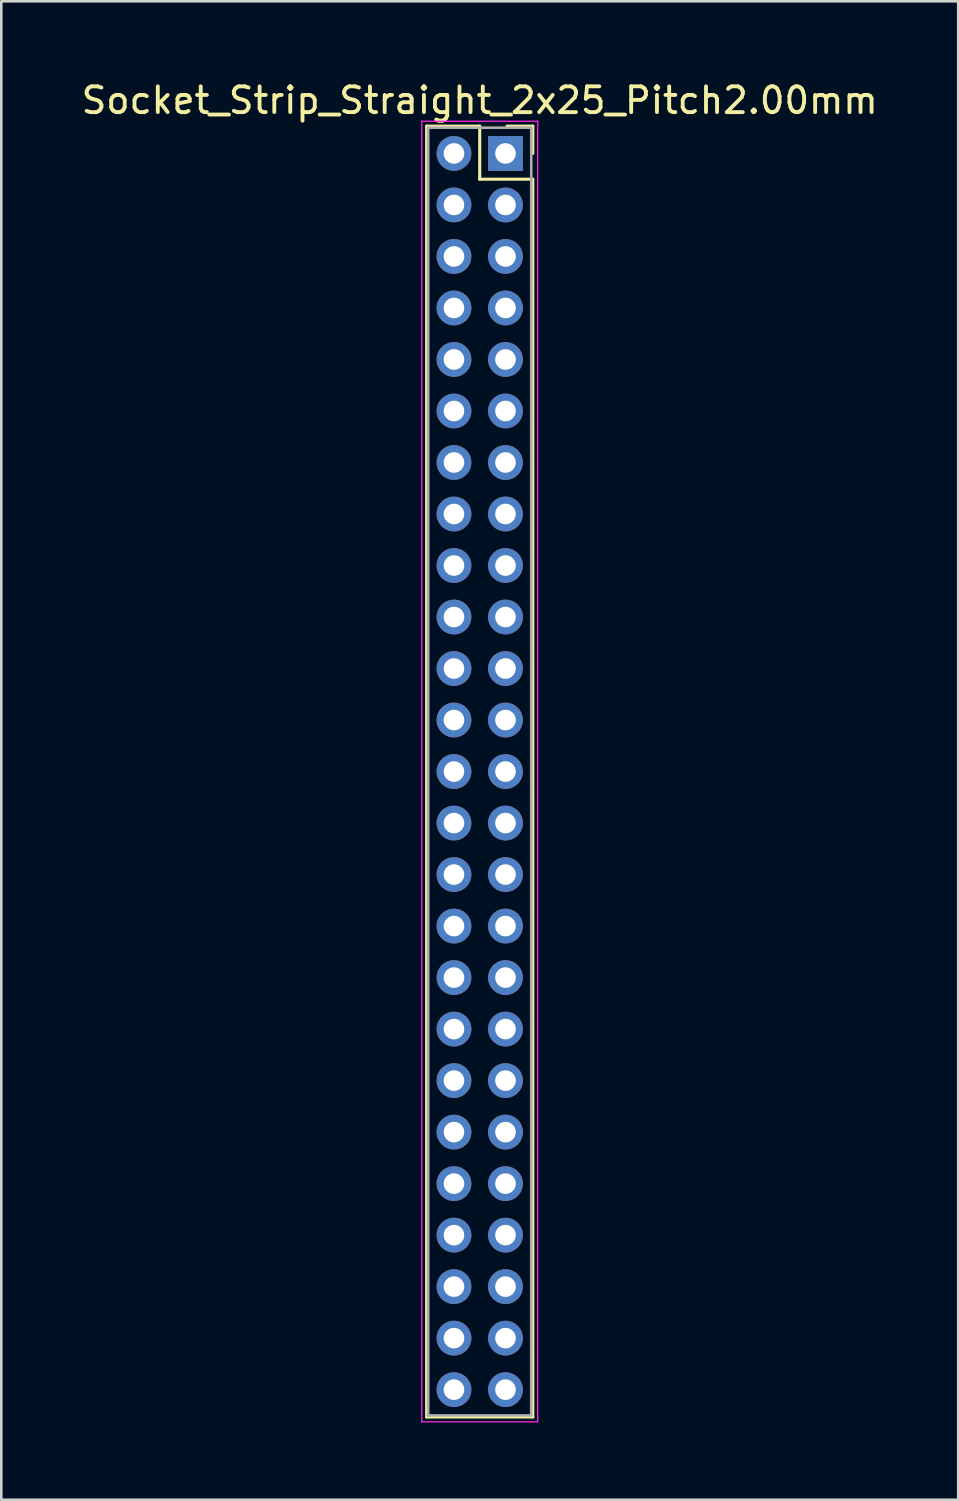
<source format=kicad_pcb>
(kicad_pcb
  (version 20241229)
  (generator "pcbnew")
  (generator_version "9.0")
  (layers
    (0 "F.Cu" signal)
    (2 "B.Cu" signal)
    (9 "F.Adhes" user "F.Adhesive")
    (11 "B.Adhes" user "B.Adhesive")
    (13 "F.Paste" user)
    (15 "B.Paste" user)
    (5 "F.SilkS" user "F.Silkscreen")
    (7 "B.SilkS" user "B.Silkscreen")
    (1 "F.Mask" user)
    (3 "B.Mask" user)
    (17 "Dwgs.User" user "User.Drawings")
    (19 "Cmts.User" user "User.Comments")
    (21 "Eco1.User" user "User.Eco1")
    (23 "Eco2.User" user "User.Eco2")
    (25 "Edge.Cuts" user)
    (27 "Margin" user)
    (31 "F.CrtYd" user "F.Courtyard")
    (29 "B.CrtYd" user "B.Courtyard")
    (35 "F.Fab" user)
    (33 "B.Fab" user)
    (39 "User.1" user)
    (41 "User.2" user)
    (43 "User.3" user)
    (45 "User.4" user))
  (footprint "Socket_Strip_Straight_2x25_Pitch2.00mm"
    (layer "F.Cu")
    (at 16.577 2.908)
    (property "Reference" "Socket_Strip_Straight_2x25_Pitch2.00mm" (at -1 -2.06 0) (layer "F.SilkS") (effects (font (size 1 1) (thickness 0.15))))
    (attr through_hole)
    (fp_line (start -3.06 -1.06) (end -1 -1.06) (stroke (width 0.12) (type solid)) (layer "F.SilkS"))
    (fp_line (start -3.06 49.06) (end -3.06 -1.06) (stroke (width 0.12) (type solid)) (layer "F.SilkS"))
    (fp_line (start -1 -1.06) (end -1 1) (stroke (width 0.12) (type solid)) (layer "F.SilkS"))
    (fp_line (start -1 1) (end 1.06 1) (stroke (width 0.12) (type solid)) (layer "F.SilkS"))
    (fp_line (start 1.06 -1.06) (end 0.06 -1.06) (stroke (width 0.12) (type solid)) (layer "F.SilkS"))
    (fp_line (start 1.06 0) (end 1.06 -1.06) (stroke (width 0.12) (type solid)) (layer "F.SilkS"))
    (fp_line (start 1.06 1) (end 1.06 49.06) (stroke (width 0.12) (type solid)) (layer "F.SilkS"))
    (fp_line (start 1.06 49.06) (end -3.06 49.06) (stroke (width 0.12) (type solid)) (layer "F.SilkS"))
    (fp_line (start -3.25 -1.25) (end -3.25 49.25) (stroke (width 0.05) (type solid)) (layer "F.CrtYd"))
    (fp_line (start -3.25 49.25) (end 1.25 49.25) (stroke (width 0.05) (type solid)) (layer "F.CrtYd"))
    (fp_line (start 1.25 -1.25) (end -3.25 -1.25) (stroke (width 0.05) (type solid)) (layer "F.CrtYd"))
    (fp_line (start 1.25 49.25) (end 1.25 -1.25) (stroke (width 0.05) (type solid)) (layer "F.CrtYd"))
    (fp_line (start -3 -1) (end -3 49) (stroke (width 0.1) (type solid)) (layer "F.Fab"))
    (fp_line (start -3 49) (end 1 49) (stroke (width 0.1) (type solid)) (layer "F.Fab"))
    (fp_line (start 1 -1) (end -3 -1) (stroke (width 0.1) (type solid)) (layer "F.Fab"))
    (fp_line (start 1 49) (end 1 -1) (stroke (width 0.1) (type solid)) (layer "F.Fab"))
    (pad "1" thru_hole rect (at 0 0) (size 1.35 1.35) (drill 0.8) (layers "*.Cu" "*.Mask"))
    (pad "2" thru_hole oval (at -2 0) (size 1.35 1.35) (drill 0.8) (layers "*.Cu" "*.Mask"))
    (pad "3" thru_hole oval (at 0 2) (size 1.35 1.35) (drill 0.8) (layers "*.Cu" "*.Mask"))
    (pad "4" thru_hole oval (at -2 2) (size 1.35 1.35) (drill 0.8) (layers "*.Cu" "*.Mask"))
    (pad "5" thru_hole oval (at 0 4) (size 1.35 1.35) (drill 0.8) (layers "*.Cu" "*.Mask"))
    (pad "6" thru_hole oval (at -2 4) (size 1.35 1.35) (drill 0.8) (layers "*.Cu" "*.Mask"))
    (pad "7" thru_hole oval (at 0 6) (size 1.35 1.35) (drill 0.8) (layers "*.Cu" "*.Mask"))
    (pad "8" thru_hole oval (at -2 6) (size 1.35 1.35) (drill 0.8) (layers "*.Cu" "*.Mask"))
    (pad "9" thru_hole oval (at 0 8) (size 1.35 1.35) (drill 0.8) (layers "*.Cu" "*.Mask"))
    (pad "10" thru_hole oval (at -2 8) (size 1.35 1.35) (drill 0.8) (layers "*.Cu" "*.Mask"))
    (pad "11" thru_hole oval (at 0 10) (size 1.35 1.35) (drill 0.8) (layers "*.Cu" "*.Mask"))
    (pad "12" thru_hole oval (at -2 10) (size 1.35 1.35) (drill 0.8) (layers "*.Cu" "*.Mask"))
    (pad "13" thru_hole oval (at 0 12) (size 1.35 1.35) (drill 0.8) (layers "*.Cu" "*.Mask"))
    (pad "14" thru_hole oval (at -2 12) (size 1.35 1.35) (drill 0.8) (layers "*.Cu" "*.Mask"))
    (pad "15" thru_hole oval (at 0 14) (size 1.35 1.35) (drill 0.8) (layers "*.Cu" "*.Mask"))
    (pad "16" thru_hole oval (at -2 14) (size 1.35 1.35) (drill 0.8) (layers "*.Cu" "*.Mask"))
    (pad "17" thru_hole oval (at 0 16) (size 1.35 1.35) (drill 0.8) (layers "*.Cu" "*.Mask"))
    (pad "18" thru_hole oval (at -2 16) (size 1.35 1.35) (drill 0.8) (layers "*.Cu" "*.Mask"))
    (pad "19" thru_hole oval (at 0 18) (size 1.35 1.35) (drill 0.8) (layers "*.Cu" "*.Mask"))
    (pad "20" thru_hole oval (at -2 18) (size 1.35 1.35) (drill 0.8) (layers "*.Cu" "*.Mask"))
    (pad "21" thru_hole oval (at 0 20) (size 1.35 1.35) (drill 0.8) (layers "*.Cu" "*.Mask"))
    (pad "22" thru_hole oval (at -2 20) (size 1.35 1.35) (drill 0.8) (layers "*.Cu" "*.Mask"))
    (pad "23" thru_hole oval (at 0 22) (size 1.35 1.35) (drill 0.8) (layers "*.Cu" "*.Mask"))
    (pad "24" thru_hole oval (at -2 22) (size 1.35 1.35) (drill 0.8) (layers "*.Cu" "*.Mask"))
    (pad "25" thru_hole oval (at 0 24) (size 1.35 1.35) (drill 0.8) (layers "*.Cu" "*.Mask"))
    (pad "26" thru_hole oval (at -2 24) (size 1.35 1.35) (drill 0.8) (layers "*.Cu" "*.Mask"))
    (pad "27" thru_hole oval (at 0 26) (size 1.35 1.35) (drill 0.8) (layers "*.Cu" "*.Mask"))
    (pad "28" thru_hole oval (at -2 26) (size 1.35 1.35) (drill 0.8) (layers "*.Cu" "*.Mask"))
    (pad "29" thru_hole oval (at 0 28) (size 1.35 1.35) (drill 0.8) (layers "*.Cu" "*.Mask"))
    (pad "30" thru_hole oval (at -2 28) (size 1.35 1.35) (drill 0.8) (layers "*.Cu" "*.Mask"))
    (pad "31" thru_hole oval (at 0 30) (size 1.35 1.35) (drill 0.8) (layers "*.Cu" "*.Mask"))
    (pad "32" thru_hole oval (at -2 30) (size 1.35 1.35) (drill 0.8) (layers "*.Cu" "*.Mask"))
    (pad "33" thru_hole oval (at 0 32) (size 1.35 1.35) (drill 0.8) (layers "*.Cu" "*.Mask"))
    (pad "34" thru_hole oval (at -2 32) (size 1.35 1.35) (drill 0.8) (layers "*.Cu" "*.Mask"))
    (pad "35" thru_hole oval (at 0 34) (size 1.35 1.35) (drill 0.8) (layers "*.Cu" "*.Mask"))
    (pad "36" thru_hole oval (at -2 34) (size 1.35 1.35) (drill 0.8) (layers "*.Cu" "*.Mask"))
    (pad "37" thru_hole oval (at 0 36) (size 1.35 1.35) (drill 0.8) (layers "*.Cu" "*.Mask"))
    (pad "38" thru_hole oval (at -2 36) (size 1.35 1.35) (drill 0.8) (layers "*.Cu" "*.Mask"))
    (pad "39" thru_hole oval (at 0 38) (size 1.35 1.35) (drill 0.8) (layers "*.Cu" "*.Mask"))
    (pad "40" thru_hole oval (at -2 38) (size 1.35 1.35) (drill 0.8) (layers "*.Cu" "*.Mask"))
    (pad "41" thru_hole oval (at 0 40) (size 1.35 1.35) (drill 0.8) (layers "*.Cu" "*.Mask"))
    (pad "42" thru_hole oval (at -2 40) (size 1.35 1.35) (drill 0.8) (layers "*.Cu" "*.Mask"))
    (pad "43" thru_hole oval (at 0 42) (size 1.35 1.35) (drill 0.8) (layers "*.Cu" "*.Mask"))
    (pad "44" thru_hole oval (at -2 42) (size 1.35 1.35) (drill 0.8) (layers "*.Cu" "*.Mask"))
    (pad "45" thru_hole oval (at 0 44) (size 1.35 1.35) (drill 0.8) (layers "*.Cu" "*.Mask"))
    (pad "46" thru_hole oval (at -2 44) (size 1.35 1.35) (drill 0.8) (layers "*.Cu" "*.Mask"))
    (pad "47" thru_hole oval (at 0 46) (size 1.35 1.35) (drill 0.8) (layers "*.Cu" "*.Mask"))
    (pad "48" thru_hole oval (at -2 46) (size 1.35 1.35) (drill 0.8) (layers "*.Cu" "*.Mask"))
    (pad "49" thru_hole oval (at 0 48) (size 1.35 1.35) (drill 0.8) (layers "*.Cu" "*.Mask"))
    (pad "50" thru_hole oval (at -2 48) (size 1.35 1.35) (drill 0.8) (layers "*.Cu" "*.Mask")))
  (gr_rect
    (start -3 -3)
    (end 34.155 55.183)
    (stroke (width 0.1) (type default))
    (fill no)
    (layer "Edge.Cuts")))
</source>
